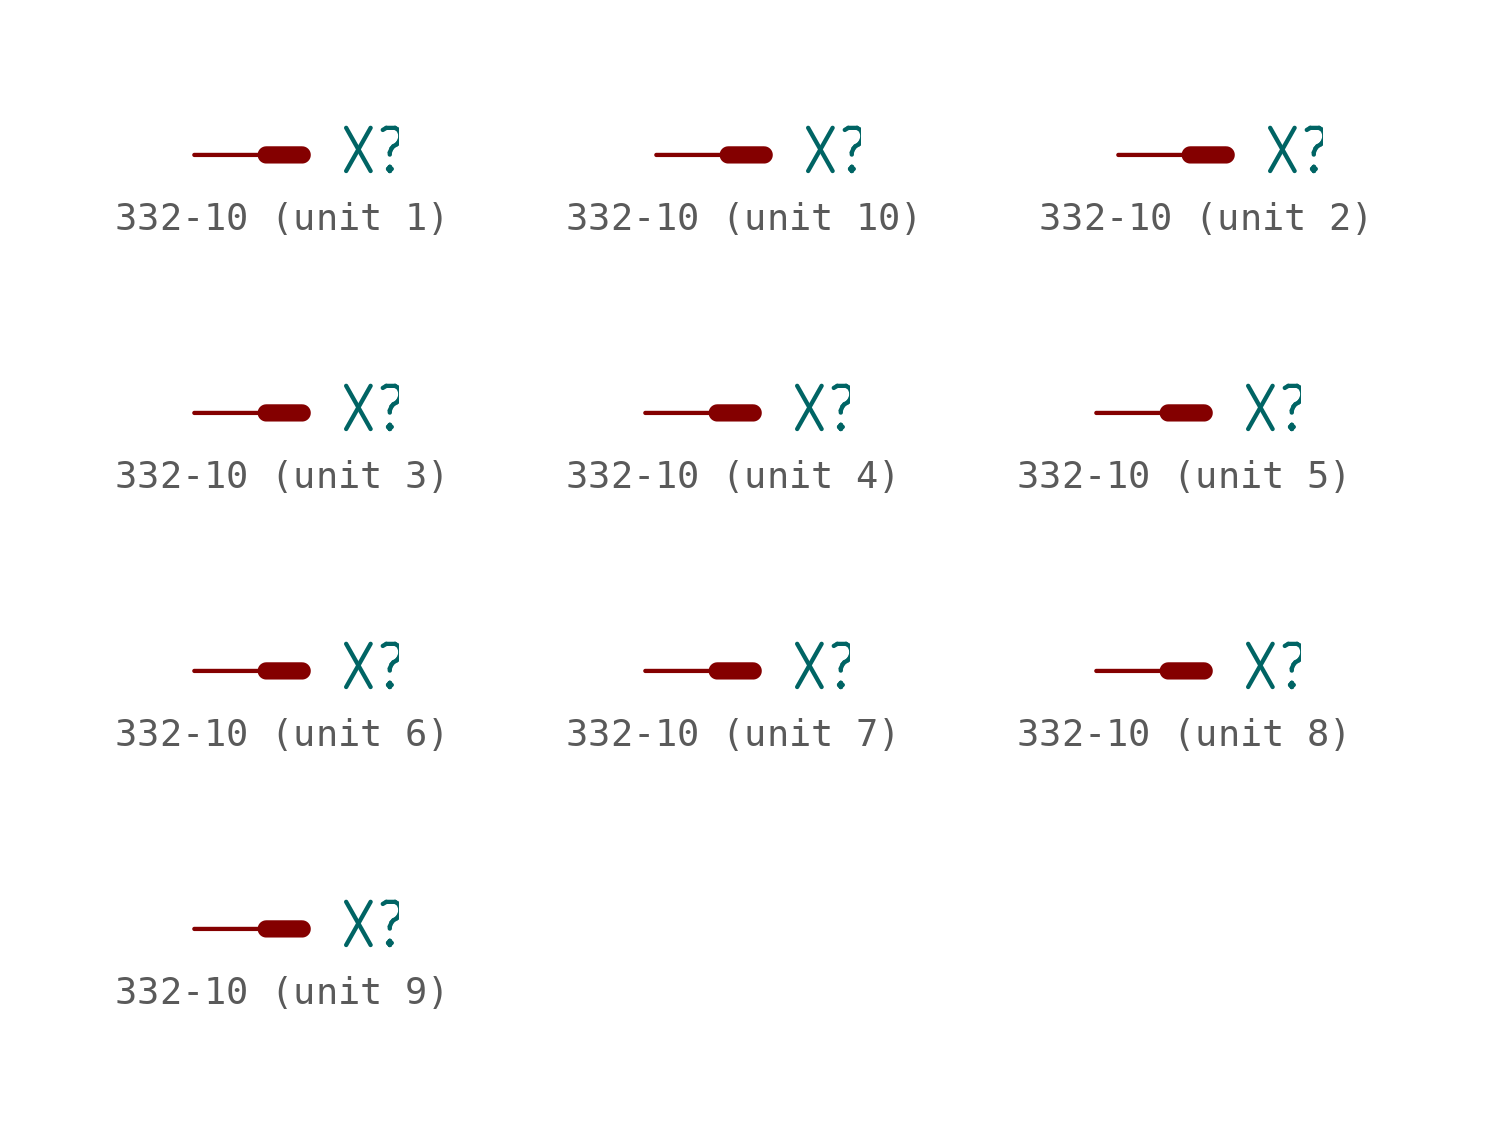
<source format=kicad_sym>
(kicad_symbol_lib
  (version 20231120)
  (generator "kicad_symbol_editor")
  (generator_version "8.0")
  (symbol "332-10"
    (property "Reference" "X"
      (at 2.54 -0.762 0)
      (effects (font (size 1.524 1.295)) (justify left bottom)))
    (property "ki_locked" ""
      (at 0 0 0)
      (effects (font (size 1.27 1.27))))
    (symbol "332-10_1_0"
      (polyline (pts (xy 1.27 0) (xy 0 0)) (stroke (width 0.61) (type solid)) (fill (type none)))
      (pin passive line (at -2.54 0 0) (length 2.54) (name "S" (effects (font (size 0 0)))) (number "1" (effects (font (size 0 0))))))
    (symbol "332-10_2_0"
      (polyline (pts (xy 1.27 0) (xy 0 0)) (stroke (width 0.61) (type solid)) (fill (type none)))
      (pin passive line (at -2.54 0 0) (length 2.54) (name "S" (effects (font (size 0 0)))) (number "2" (effects (font (size 0 0))))))
    (symbol "332-10_3_0"
      (polyline (pts (xy 1.27 0) (xy 0 0)) (stroke (width 0.61) (type solid)) (fill (type none)))
      (pin passive line (at -2.54 0 0) (length 2.54) (name "S" (effects (font (size 0 0)))) (number "3" (effects (font (size 0 0))))))
    (symbol "332-10_4_0"
      (polyline (pts (xy 1.27 0) (xy 0 0)) (stroke (width 0.61) (type solid)) (fill (type none)))
      (pin passive line (at -2.54 0 0) (length 2.54) (name "S" (effects (font (size 0 0)))) (number "4" (effects (font (size 0 0))))))
    (symbol "332-10_5_0"
      (polyline (pts (xy 1.27 0) (xy 0 0)) (stroke (width 0.61) (type solid)) (fill (type none)))
      (pin passive line (at -2.54 0 0) (length 2.54) (name "S" (effects (font (size 0 0)))) (number "5" (effects (font (size 0 0))))))
    (symbol "332-10_6_0"
      (polyline (pts (xy 1.27 0) (xy 0 0)) (stroke (width 0.61) (type solid)) (fill (type none)))
      (pin passive line (at -2.54 0 0) (length 2.54) (name "S" (effects (font (size 0 0)))) (number "6" (effects (font (size 0 0))))))
    (symbol "332-10_7_0"
      (polyline (pts (xy 1.27 0) (xy 0 0)) (stroke (width 0.61) (type solid)) (fill (type none)))
      (pin passive line (at -2.54 0 0) (length 2.54) (name "S" (effects (font (size 0 0)))) (number "7" (effects (font (size 0 0))))))
    (symbol "332-10_8_0"
      (polyline (pts (xy 1.27 0) (xy 0 0)) (stroke (width 0.61) (type solid)) (fill (type none)))
      (pin passive line (at -2.54 0 0) (length 2.54) (name "S" (effects (font (size 0 0)))) (number "8" (effects (font (size 0 0))))))
    (symbol "332-10_9_0"
      (polyline (pts (xy 1.27 0) (xy 0 0)) (stroke (width 0.61) (type solid)) (fill (type none)))
      (pin passive line (at -2.54 0 0) (length 2.54) (name "S" (effects (font (size 0 0)))) (number "9" (effects (font (size 0 0))))))
    (symbol "332-10_10_0"
      (polyline (pts (xy 1.27 0) (xy 0 0)) (stroke (width 0.61) (type solid)) (fill (type none)))
      (pin passive line (at -2.54 0 0) (length 2.54) (name "S" (effects (font (size 0 0)))) (number "10" (effects (font (size 0 0))))))))
</source>
